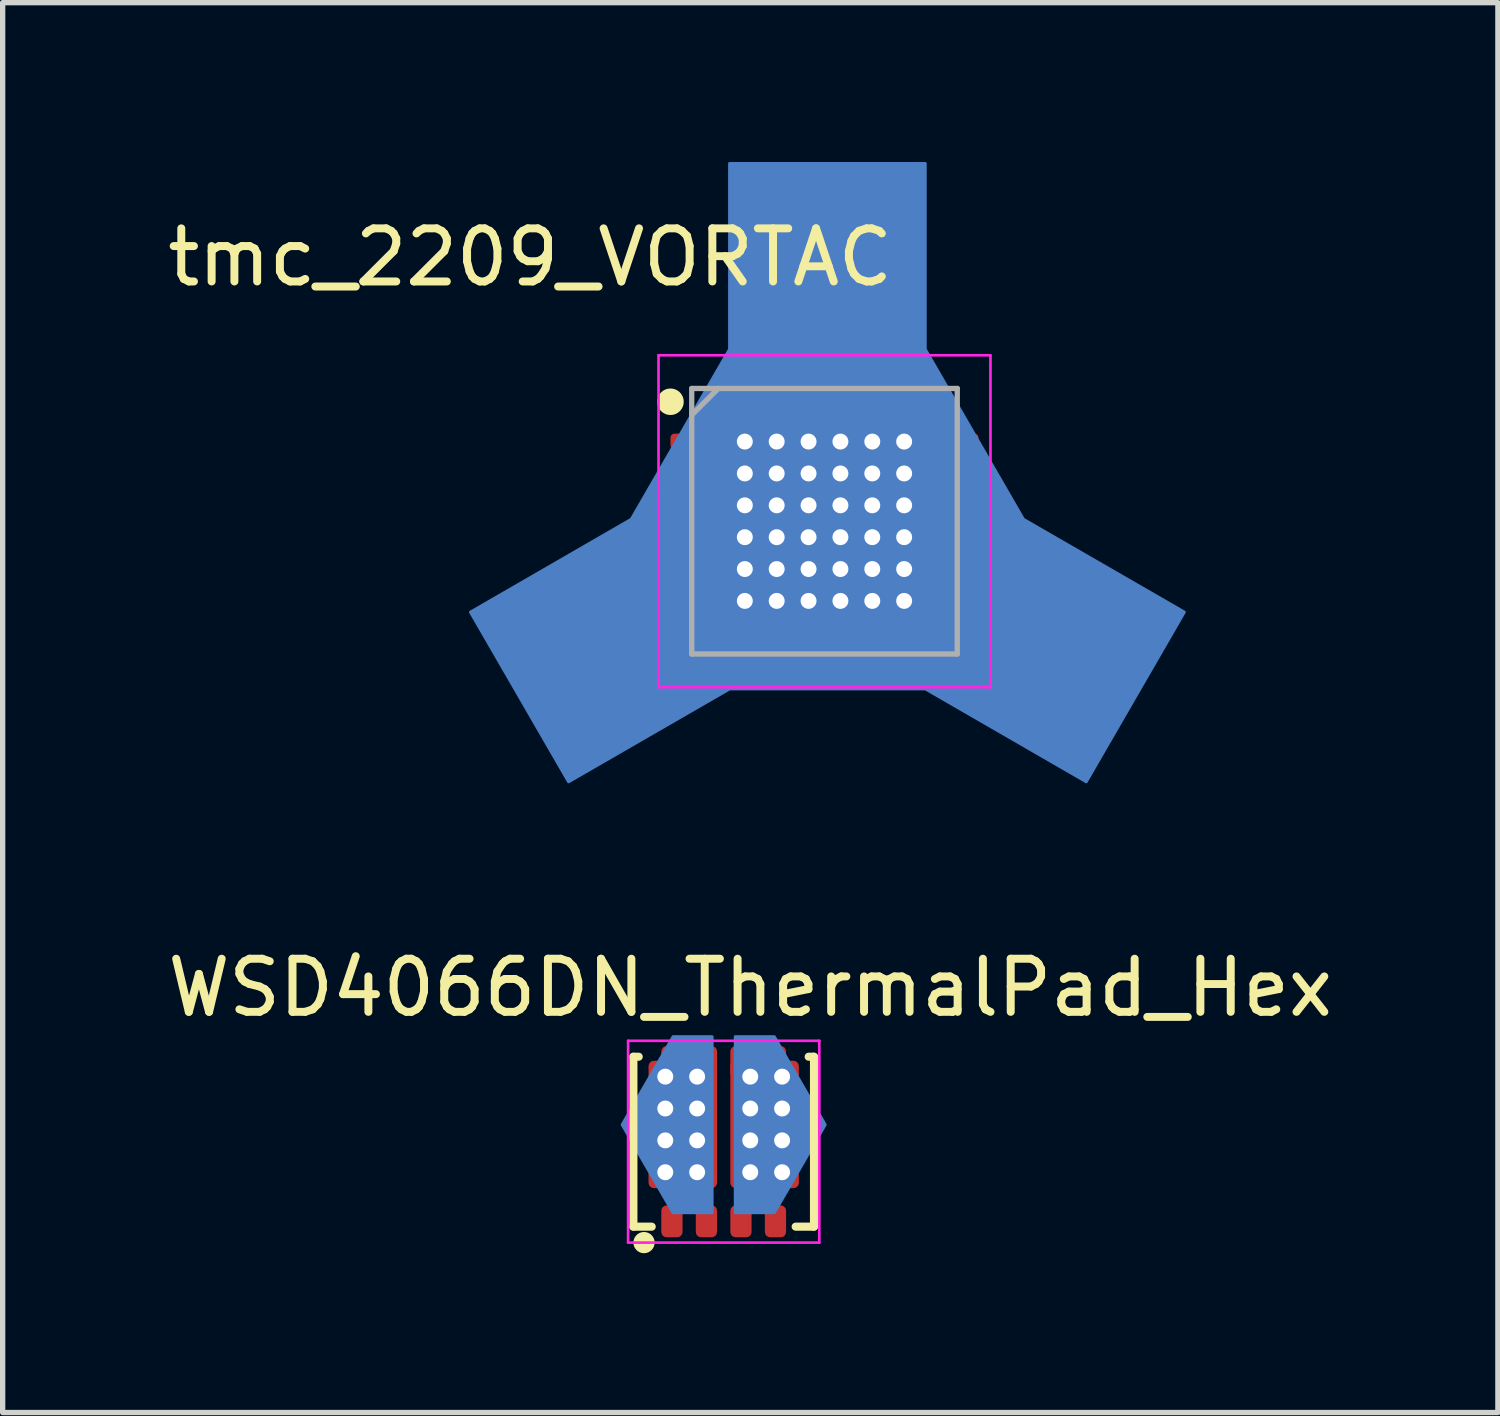
<source format=kicad_pcb>
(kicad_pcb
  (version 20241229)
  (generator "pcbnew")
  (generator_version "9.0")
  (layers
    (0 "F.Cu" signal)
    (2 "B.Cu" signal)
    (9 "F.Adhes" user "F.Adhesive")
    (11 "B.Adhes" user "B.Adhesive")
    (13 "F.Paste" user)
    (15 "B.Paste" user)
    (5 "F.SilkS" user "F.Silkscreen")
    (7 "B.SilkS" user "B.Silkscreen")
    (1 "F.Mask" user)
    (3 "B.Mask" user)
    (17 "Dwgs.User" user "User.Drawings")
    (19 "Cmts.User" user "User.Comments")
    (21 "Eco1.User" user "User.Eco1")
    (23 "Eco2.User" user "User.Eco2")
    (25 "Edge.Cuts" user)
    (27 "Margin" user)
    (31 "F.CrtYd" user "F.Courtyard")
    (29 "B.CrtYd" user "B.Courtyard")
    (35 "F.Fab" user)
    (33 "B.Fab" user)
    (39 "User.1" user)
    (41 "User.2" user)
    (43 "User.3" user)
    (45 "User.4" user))
  (footprint "WSD4066DN_ThermalPad_Hex"
    (layer "F.Cu")
    (at 10.577 18.548)
    (property "Reference" "WSD4066DN_ThermalPad_Hex" (at 0.5 -3 0) (layer "F.SilkS") (effects (font (size 1 1) (thickness 0.15))))
    (attr smd)
    (fp_line (start -1.7 -1.7) (end -1.7 1.5) (stroke (width 0.152) (type solid)) (layer "F.SilkS"))
    (fp_line (start -1.7 -1.7) (end -1.6 -1.7) (stroke (width 0.152) (type solid)) (layer "F.SilkS"))
    (fp_line (start -1.7 1.5) (end -1.355 1.5) (stroke (width 0.152) (type solid)) (layer "F.SilkS"))
    (fp_line (start 1.355 1.5) (end 1.7 1.5) (stroke (width 0.152) (type solid)) (layer "F.SilkS"))
    (fp_line (start 1.7 -1.7) (end 1.6 -1.7) (stroke (width 0.152) (type solid)) (layer "F.SilkS"))
    (fp_line (start 1.7 1.5) (end 1.7 -1.7) (stroke (width 0.152) (type solid)) (layer "F.SilkS"))
    (fp_circle (center -1.5 1.8) (end -1.4 1.8) (stroke (width 0.2) (type solid)) (fill no) (layer "F.SilkS"))
    (fp_line (start -1.8 -2) (end 1.8 -2) (stroke (width 0.05) (type solid)) (layer "F.CrtYd"))
    (fp_line (start -1.8 1.8) (end -1.8 -2) (stroke (width 0.05) (type solid)) (layer "F.CrtYd"))
    (fp_line (start 1.8 -2) (end 1.8 1.8) (stroke (width 0.05) (type solid)) (layer "F.CrtYd"))
    (fp_line (start 1.8 1.8) (end -1.8 1.8) (stroke (width 0.05) (type solid)) (layer "F.CrtYd"))
    (pad "1" smd roundrect (at -0.975 1.4) (size 0.4 0.6) (layers "F.Cu" "F.Mask" "F.Paste") (roundrect_rratio 0.25))
    (pad "2" smd roundrect (at -0.325 1.4) (size 0.4 0.6) (layers "F.Cu" "F.Mask" "F.Paste") (roundrect_rratio 0.25))
    (pad "3" smd roundrect (at 0.325 1.4) (size 0.4 0.6) (layers "F.Cu" "F.Mask" "F.Paste") (roundrect_rratio 0.25))
    (pad "4" smd roundrect (at 0.975 1.4) (size 0.4 0.6) (layers "F.Cu" "F.Mask" "F.Paste") (roundrect_rratio 0.25))
    (pad "5" thru_hole circle (at -1.1 -1.325) (size 0.55 0.55) (drill 0.3) (layers "*.Cu"))
    (pad "5" thru_hole circle (at -1.1 -0.725) (size 0.55 0.55) (drill 0.3) (layers "*.Cu"))
    (pad "5" thru_hole circle (at -1.1 -0.125) (size 0.55 0.55) (drill 0.3) (layers "*.Cu"))
    (pad "5" thru_hole circle (at -1.1 0.475) (size 0.55 0.55) (drill 0.3) (layers "*.Cu"))
    (pad "5" smd roundrect (at -0.975 -1.6) (size 0.4 0.6) (layers "F.Cu" "F.Mask" "F.Paste") (roundrect_rratio 0.25))
    (pad "5" smd custom (at -0.77 -0.425) (size 1 1) (layers "B.Cu") (options (anchor circle)) (primitives (gr_poly (pts (xy 0.555 1.665) (xy -0.185 1.665) (xy -1.145 0.005) (xy -0.185 -1.655) (xy 0.555 -1.655)) (width 0.05) (fill yes))))
    (pad "5" smd roundrect (at -0.77 -0.425) (size 1.29 2.4) (layers "F.Cu" "F.Mask" "F.Paste") (roundrect_rratio 0.08))
    (pad "5" thru_hole circle (at -0.5 -1.325) (size 0.55 0.55) (drill 0.3) (layers "*.Cu"))
    (pad "5" thru_hole circle (at -0.5 -0.725) (size 0.55 0.55) (drill 0.3) (layers "*.Cu"))
    (pad "5" thru_hole circle (at -0.5 -0.125) (size 0.55 0.55) (drill 0.3) (layers "*.Cu"))
    (pad "5" thru_hole circle (at -0.5 0.475) (size 0.55 0.55) (drill 0.3) (layers "*.Cu"))
    (pad "5" smd roundrect (at -0.325 -1.6) (size 0.4 0.6) (layers "F.Cu" "F.Mask" "F.Paste") (roundrect_rratio 0.25))
    (pad "6" smd roundrect (at 0.325 -1.6) (size 0.4 0.6) (layers "F.Cu" "F.Mask" "F.Paste") (roundrect_rratio 0.25))
    (pad "6" thru_hole circle (at 0.5 -1.325) (size 0.55 0.55) (drill 0.3) (layers "*.Cu"))
    (pad "6" thru_hole circle (at 0.5 -0.725) (size 0.55 0.55) (drill 0.3) (layers "*.Cu"))
    (pad "6" thru_hole circle (at 0.5 -0.125) (size 0.55 0.55) (drill 0.3) (layers "*.Cu"))
    (pad "6" thru_hole circle (at 0.5 0.475) (size 0.55 0.55) (drill 0.3) (layers "*.Cu"))
    (pad "6" smd custom (at 0.77 -0.425) (size 1 1) (layers "B.Cu") (options (anchor circle)) (primitives (gr_poly (pts (xy -0.555 -1.655) (xy 0.185 -1.655) (xy 1.145 0.005) (xy 0.185 1.665) (xy -0.555 1.665)) (width 0.05) (fill yes))))
    (pad "6" smd roundrect (at 0.77 -0.425) (size 1.29 2.4) (layers "F.Cu" "F.Mask" "F.Paste") (roundrect_rratio 0.08))
    (pad "6" smd roundrect (at 0.975 -1.6) (size 0.4 0.6) (layers "F.Cu" "F.Mask" "F.Paste") (roundrect_rratio 0.25))
    (pad "6" thru_hole circle (at 1.1 -1.325) (size 0.55 0.55) (drill 0.3) (layers "*.Cu"))
    (pad "6" thru_hole circle (at 1.1 -0.725) (size 0.55 0.55) (drill 0.3) (layers "*.Cu"))
    (pad "6" thru_hole circle (at 1.1 -0.125) (size 0.55 0.55) (drill 0.3) (layers "*.Cu"))
    (pad "6" thru_hole circle (at 1.1 0.475) (size 0.55 0.55) (drill 0.3) (layers "*.Cu")))
  (footprint "tmc_2209_VORTAC"
    (layer "F.Cu")
    (at 12.475 6.765)
    (property "Reference" "tmc_2209_VORTAC" (at -5.54 -4.97 0) (layer "F.SilkS") (effects (font (size 1 1) (thickness 0.15))))
    (attr smd)
    (fp_circle (center -2.9 -2.25) (end -2.9 -2.125) (stroke (width 0.25) (type solid)) (fill no) (layer "F.SilkS"))
    (fp_line (start -3.125 -3.125) (end 3.125 -3.125) (stroke (width 0.05) (type solid)) (layer "F.CrtYd"))
    (fp_line (start -3.125 3.125) (end -3.125 -3.125) (stroke (width 0.05) (type solid)) (layer "F.CrtYd"))
    (fp_line (start 3.125 -3.125) (end 3.125 3.125) (stroke (width 0.05) (type solid)) (layer "F.CrtYd"))
    (fp_line (start 3.125 3.125) (end -3.125 3.125) (stroke (width 0.05) (type solid)) (layer "F.CrtYd"))
    (fp_line (start -2.5 -2.5) (end 2.5 -2.5) (stroke (width 0.1) (type solid)) (layer "F.Fab"))
    (fp_line (start -2.5 -2) (end -2 -2.5) (stroke (width 0.1) (type solid)) (layer "F.Fab"))
    (fp_line (start -2.5 2.5) (end -2.5 -2.5) (stroke (width 0.1) (type solid)) (layer "F.Fab"))
    (fp_line (start 2.5 -2.5) (end 2.5 2.5) (stroke (width 0.1) (type solid)) (layer "F.Fab"))
    (fp_line (start 2.5 2.5) (end -2.5 2.5) (stroke (width 0.1) (type solid)) (layer "F.Fab"))
    (pad "" smd roundrect (at -0.95 -0.95) (size 1.7 1.7) (layers "F.Cu" "F.Mask" "F.Paste") (roundrect_rratio 0.067))
    (pad "" smd roundrect (at -0.95 0.95) (size 1.7 1.7) (layers "F.Cu" "F.Mask" "F.Paste") (roundrect_rratio 0.067))
    (pad "" smd roundrect (at 0.95 -0.95) (size 1.7 1.7) (layers "F.Cu" "F.Mask" "F.Paste") (roundrect_rratio 0.067))
    (pad "" smd roundrect (at 0.95 0.95) (size 1.7 1.7) (layers "F.Cu" "F.Mask" "F.Paste") (roundrect_rratio 0.067))
    (pad "1" smd roundrect (at -2.5 -1.5 90) (size 0.3 0.8) (layers "F.Cu" "F.Mask" "F.Paste") (roundrect_rratio 0.25))
    (pad "2" smd roundrect (at -2.5 -1 90) (size 0.3 0.8) (layers "F.Cu" "F.Mask" "F.Paste") (roundrect_rratio 0.25))
    (pad "3" smd roundrect (at -2.5 -0.5 90) (size 0.3 0.8) (layers "F.Cu" "F.Mask" "F.Paste") (roundrect_rratio 0.25))
    (pad "4" smd roundrect (at -2.5 0 90) (size 0.3 0.8) (layers "F.Cu" "F.Mask" "F.Paste") (roundrect_rratio 0.25))
    (pad "5" smd roundrect (at -2.5 0.5 90) (size 0.3 0.8) (layers "F.Cu" "F.Mask" "F.Paste") (roundrect_rratio 0.25))
    (pad "6" smd roundrect (at -2.5 1 90) (size 0.3 0.8) (layers "F.Cu" "F.Mask" "F.Paste") (roundrect_rratio 0.25))
    (pad "7" smd roundrect (at -2.5 1.5 90) (size 0.3 0.8) (layers "F.Cu" "F.Mask" "F.Paste") (roundrect_rratio 0.25))
    (pad "8" smd roundrect (at -1.5 2.5) (size 0.3 0.8) (layers "F.Cu" "F.Mask" "F.Paste") (roundrect_rratio 0.25))
    (pad "9" smd roundrect (at -1 2.5) (size 0.3 0.8) (layers "F.Cu" "F.Mask" "F.Paste") (roundrect_rratio 0.25))
    (pad "10" smd roundrect (at -0.5 2.5) (size 0.3 0.8) (layers "F.Cu" "F.Mask" "F.Paste") (roundrect_rratio 0.25))
    (pad "11" smd roundrect (at 0 2.5) (size 0.3 0.8) (layers "F.Cu" "F.Mask" "F.Paste") (roundrect_rratio 0.25))
    (pad "12" smd roundrect (at 0.5 2.5) (size 0.3 0.8) (layers "F.Cu" "F.Mask" "F.Paste") (roundrect_rratio 0.25))
    (pad "13" smd roundrect (at 1 2.5) (size 0.3 0.8) (layers "F.Cu" "F.Mask" "F.Paste") (roundrect_rratio 0.25))
    (pad "14" smd roundrect (at 1.5 2.5) (size 0.3 0.8) (layers "F.Cu" "F.Mask" "F.Paste") (roundrect_rratio 0.25))
    (pad "15" smd roundrect (at 2.5 1.5 90) (size 0.3 0.8) (layers "F.Cu" "F.Mask" "F.Paste") (roundrect_rratio 0.25))
    (pad "16" smd roundrect (at 2.5 1 90) (size 0.3 0.8) (layers "F.Cu" "F.Mask" "F.Paste") (roundrect_rratio 0.25))
    (pad "17" smd roundrect (at 2.5 0.5 90) (size 0.3 0.8) (layers "F.Cu" "F.Mask" "F.Paste") (roundrect_rratio 0.25))
    (pad "18" smd roundrect (at 2.5 0 90) (size 0.3 0.8) (layers "F.Cu" "F.Mask" "F.Paste") (roundrect_rratio 0.25))
    (pad "19" smd roundrect (at 2.5 -0.5 90) (size 0.3 0.8) (layers "F.Cu" "F.Mask" "F.Paste") (roundrect_rratio 0.25))
    (pad "20" smd roundrect (at 2.5 -1 90) (size 0.3 0.8) (layers "F.Cu" "F.Mask" "F.Paste") (roundrect_rratio 0.25))
    (pad "21" smd roundrect (at 2.5 -1.5 90) (size 0.3 0.8) (layers "F.Cu" "F.Mask" "F.Paste") (roundrect_rratio 0.25))
    (pad "22" smd roundrect (at 1.5 -2.5) (size 0.3 0.8) (layers "F.Cu" "F.Mask" "F.Paste") (roundrect_rratio 0.25))
    (pad "23" smd roundrect (at 1 -2.5) (size 0.3 0.8) (layers "F.Cu" "F.Mask" "F.Paste") (roundrect_rratio 0.25))
    (pad "24" smd roundrect (at 0.5 -2.5) (size 0.3 0.8) (layers "F.Cu" "F.Mask" "F.Paste") (roundrect_rratio 0.25))
    (pad "25" smd roundrect (at 0 -2.5) (size 0.3 0.8) (layers "F.Cu" "F.Mask" "F.Paste") (roundrect_rratio 0.25))
    (pad "26" smd roundrect (at -0.5 -2.5) (size 0.3 0.8) (layers "F.Cu" "F.Mask" "F.Paste") (roundrect_rratio 0.25))
    (pad "27" smd roundrect (at -1 -2.5) (size 0.3 0.8) (layers "F.Cu" "F.Mask" "F.Paste") (roundrect_rratio 0.25))
    (pad "28" smd roundrect (at -1.5 -2.5) (size 0.3 0.8) (layers "F.Cu" "F.Mask" "F.Paste") (roundrect_rratio 0.25))
    (pad "29" thru_hole circle (at -1.5 -1.5) (size 0.55 0.55) (drill 0.3) (layers "*.Cu"))
    (pad "29" thru_hole circle (at -1.5 -0.9) (size 0.55 0.55) (drill 0.3) (layers "*.Cu"))
    (pad "29" thru_hole circle (at -1.5 -0.3) (size 0.55 0.55) (drill 0.3) (layers "*.Cu"))
    (pad "29" thru_hole circle (at -1.5 0.3) (size 0.55 0.55) (drill 0.3) (layers "*.Cu"))
    (pad "29" thru_hole circle (at -1.5 0.9) (size 0.55 0.55) (drill 0.3) (layers "*.Cu"))
    (pad "29" thru_hole circle (at -1.5 1.5) (size 0.55 0.55) (drill 0.3) (layers "*.Cu"))
    (pad "29" thru_hole circle (at -0.9 -1.5) (size 0.55 0.55) (drill 0.3) (layers "*.Cu"))
    (pad "29" thru_hole circle (at -0.9 -0.9) (size 0.55 0.55) (drill 0.3) (layers "*.Cu"))
    (pad "29" thru_hole circle (at -0.9 -0.3) (size 0.55 0.55) (drill 0.3) (layers "*.Cu"))
    (pad "29" thru_hole circle (at -0.9 0.3) (size 0.55 0.55) (drill 0.3) (layers "*.Cu"))
    (pad "29" thru_hole circle (at -0.9 0.9) (size 0.55 0.55) (drill 0.3) (layers "*.Cu"))
    (pad "29" thru_hole circle (at -0.9 1.5) (size 0.55 0.55) (drill 0.3) (layers "*.Cu"))
    (pad "29" thru_hole circle (at -0.3 -1.5) (size 0.55 0.55) (drill 0.3) (layers "*.Cu"))
    (pad "29" thru_hole circle (at -0.3 -0.9) (size 0.55 0.55) (drill 0.3) (layers "*.Cu"))
    (pad "29" thru_hole circle (at -0.3 -0.3) (size 0.55 0.55) (drill 0.3) (layers "*.Cu"))
    (pad "29" thru_hole circle (at -0.3 0.3) (size 0.55 0.55) (drill 0.3) (layers "*.Cu"))
    (pad "29" thru_hole circle (at -0.3 0.9) (size 0.55 0.55) (drill 0.3) (layers "*.Cu"))
    (pad "29" thru_hole circle (at -0.3 1.5) (size 0.55 0.55) (drill 0.3) (layers "*.Cu"))
    (pad "29" smd roundrect (at 0 0) (size 3.8 3.8) (layers "F.Cu" "F.Mask") (roundrect_rratio 0.026))
    (pad "29" smd custom (at 0.04 -3.62) (size 2 2) (layers "B.Cu" "B.Mask") (options (anchor circle)) (primitives (gr_poly (pts (xy 2.83 3.61) (xy 1.32 3.61) (xy 2.06 6.11) (xy -2.04 6.11) (xy -2.06 6.78) (xy 1.86 6.78) (xy 4.89 8.53) (xy 6.74 5.33) (xy 3.29 3.34)) (width 0.05) (fill yes)) (gr_poly (pts (xy -1.83 0.38) (xy -3.68 3.58) (xy -6.71 5.33) (xy -4.86 8.53) (xy -0.96 6.28) (xy -2.54 3.55) (xy -1.46 3.55) (xy 0.15 6.33) (xy 1.07 6.33) (xy -1.98 1.05) (xy -0.91 1.05) (xy 2.13 6.32) (xy 1.99 4.47) (xy 0.02 1.05) (xy 1.09 1.05) (xy 2.64 3.74) (xy 3.8 3.74) (xy 1.86 0.38) (xy 1.86 -3.12) (xy -1.83 -3.12)) (width 0.05) (fill yes))))
    (pad "29" smd custom (at 0.1 -2) (size 2 2) (layers "B.Cu") (options (anchor rect)) (primitives (gr_poly (pts (xy 3.4 1.9) (xy 1.7 5) (xy -1.8 5) (xy -3.5 1.9) (xy -1.8 -1) (xy 1.7 -1)) (width 0.1) (fill yes))))
    (pad "29" thru_hole circle (at 0.3 -1.5) (size 0.55 0.55) (drill 0.3) (layers "*.Cu"))
    (pad "29" thru_hole circle (at 0.3 -0.9) (size 0.55 0.55) (drill 0.3) (layers "*.Cu"))
    (pad "29" thru_hole circle (at 0.3 -0.3) (size 0.55 0.55) (drill 0.3) (layers "*.Cu"))
    (pad "29" thru_hole circle (at 0.3 0.3) (size 0.55 0.55) (drill 0.3) (layers "*.Cu"))
    (pad "29" thru_hole circle (at 0.3 0.9) (size 0.55 0.55) (drill 0.3) (layers "*.Cu"))
    (pad "29" thru_hole circle (at 0.3 1.5) (size 0.55 0.55) (drill 0.3) (layers "*.Cu"))
    (pad "29" thru_hole circle (at 0.9 -1.5) (size 0.55 0.55) (drill 0.3) (layers "*.Cu"))
    (pad "29" thru_hole circle (at 0.9 -0.9) (size 0.55 0.55) (drill 0.3) (layers "*.Cu"))
    (pad "29" thru_hole circle (at 0.9 -0.3) (size 0.55 0.55) (drill 0.3) (layers "*.Cu"))
    (pad "29" thru_hole circle (at 0.9 0.3) (size 0.55 0.55) (drill 0.3) (layers "*.Cu"))
    (pad "29" thru_hole circle (at 0.9 0.9) (size 0.55 0.55) (drill 0.3) (layers "*.Cu"))
    (pad "29" thru_hole circle (at 0.9 1.5) (size 0.55 0.55) (drill 0.3) (layers "*.Cu"))
    (pad "29" thru_hole circle (at 1.5 -1.5) (size 0.55 0.55) (drill 0.3) (layers "*.Cu"))
    (pad "29" thru_hole circle (at 1.5 -0.9) (size 0.55 0.55) (drill 0.3) (layers "*.Cu"))
    (pad "29" thru_hole circle (at 1.5 -0.3) (size 0.55 0.55) (drill 0.3) (layers "*.Cu"))
    (pad "29" thru_hole circle (at 1.5 0.3) (size 0.55 0.55) (drill 0.3) (layers "*.Cu"))
    (pad "29" thru_hole circle (at 1.5 0.9) (size 0.55 0.55) (drill 0.3) (layers "*.Cu"))
    (pad "29" thru_hole circle (at 1.5 1.5) (size 0.55 0.55) (drill 0.3) (layers "*.Cu")))
  (gr_rect
    (start -3 -3)
    (end 25.155 23.548)
    (stroke (width 0.1) (type default))
    (fill no)
    (layer "Edge.Cuts")))
</source>
